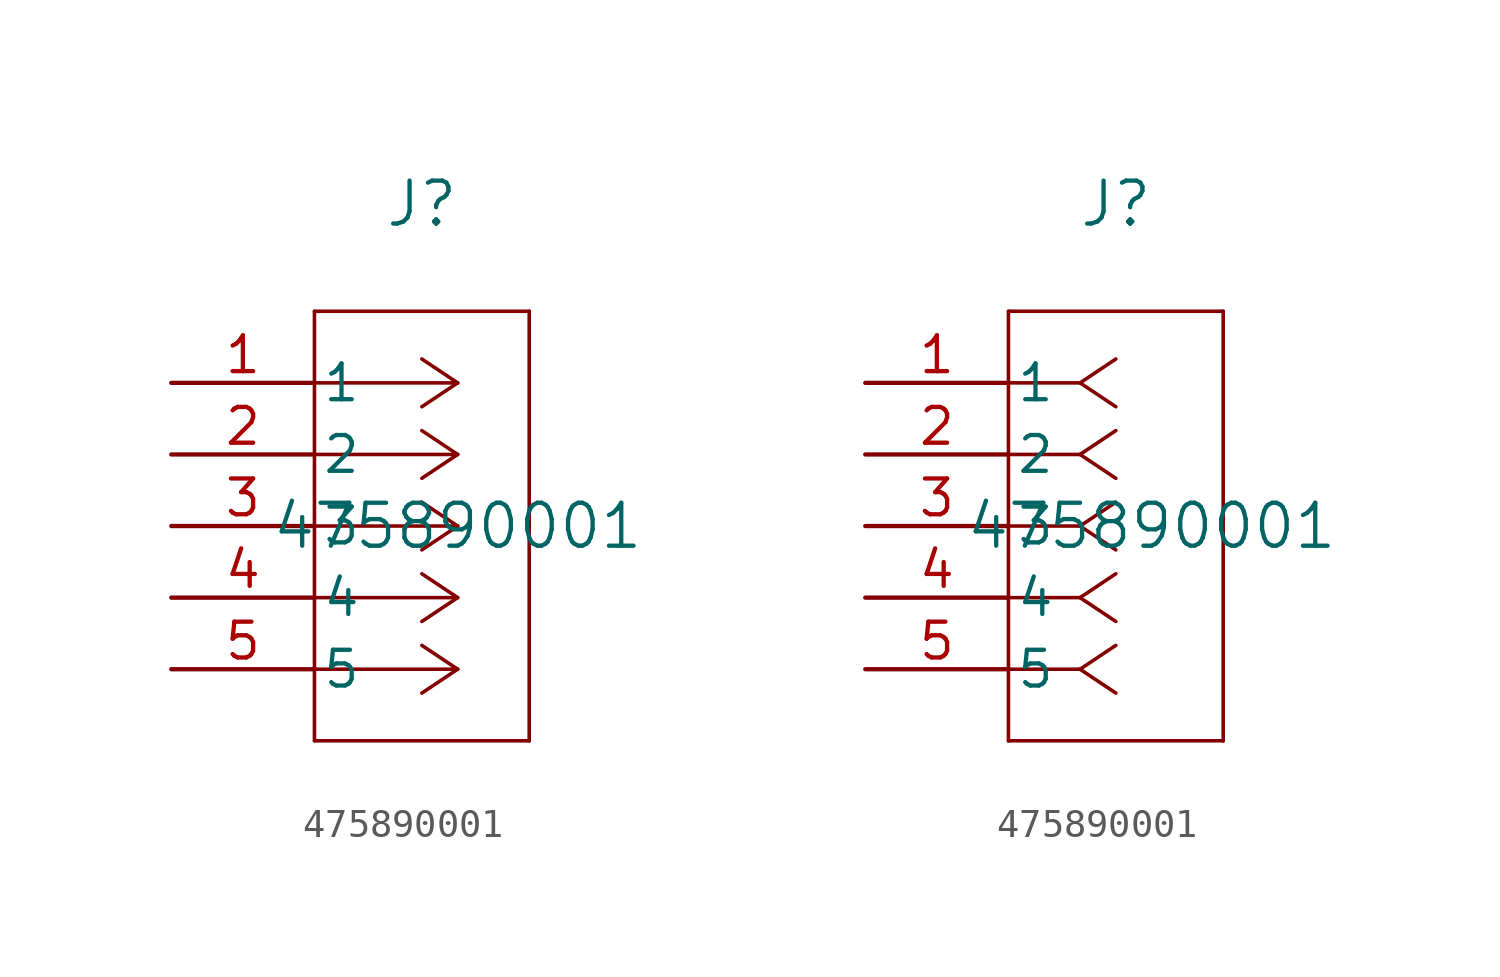
<source format=kicad_sym>
(kicad_symbol_lib
  (version 20211014)
  (generator kicad_symbol_editor)
  (symbol "475890001"
    (pin_names
      (offset 0.254))
    (property "Reference" "J"
      (at -1.27 11.43 0)
      (effects (font (size 1.524 1.524))))
    (property "Value" "475890001"
      (at 0 0 0)
      (effects (font (size 1.524 1.524))))
    (symbol "475890001_1_1"
      (polyline (pts (xy 0 5.08) (xy -5.08 5.08)) (stroke (width 0.127) (type default) (color 0 0 0 0)) (fill (type none)))
      (polyline (pts (xy 0 2.54) (xy -5.08 2.54)) (stroke (width 0.127) (type default) (color 0 0 0 0)) (fill (type none)))
      (polyline (pts (xy 0 0) (xy -5.08 0)) (stroke (width 0.127) (type default) (color 0 0 0 0)) (fill (type none)))
      (polyline (pts (xy 0 -2.54) (xy -5.08 -2.54)) (stroke (width 0.127) (type default) (color 0 0 0 0)) (fill (type none)))
      (polyline (pts (xy 0 -5.08) (xy -5.08 -5.08)) (stroke (width 0.127) (type default) (color 0 0 0 0)) (fill (type none)))
      (polyline (pts (xy 0 5.08) (xy -1.27 5.927)) (stroke (width 0.127) (type default) (color 0 0 0 0)) (fill (type none)))
      (polyline (pts (xy 0 2.54) (xy -1.27 3.387)) (stroke (width 0.127) (type default) (color 0 0 0 0)) (fill (type none)))
      (polyline (pts (xy 0 0) (xy -1.27 0.847)) (stroke (width 0.127) (type default) (color 0 0 0 0)) (fill (type none)))
      (polyline (pts (xy 0 -2.54) (xy -1.27 -1.693)) (stroke (width 0.127) (type default) (color 0 0 0 0)) (fill (type none)))
      (polyline (pts (xy 0 -5.08) (xy -1.27 -4.233)) (stroke (width 0.127) (type default) (color 0 0 0 0)) (fill (type none)))
      (polyline (pts (xy 0 5.08) (xy -1.27 4.233)) (stroke (width 0.127) (type default) (color 0 0 0 0)) (fill (type none)))
      (polyline (pts (xy 0 2.54) (xy -1.27 1.693)) (stroke (width 0.127) (type default) (color 0 0 0 0)) (fill (type none)))
      (polyline (pts (xy 0 0) (xy -1.27 -0.847)) (stroke (width 0.127) (type default) (color 0 0 0 0)) (fill (type none)))
      (polyline (pts (xy 0 -2.54) (xy -1.27 -3.387)) (stroke (width 0.127) (type default) (color 0 0 0 0)) (fill (type none)))
      (polyline (pts (xy 0 -5.08) (xy -1.27 -5.927)) (stroke (width 0.127) (type default) (color 0 0 0 0)) (fill (type none)))
      (polyline (pts (xy -5.08 7.62) (xy -5.08 -7.62)) (stroke (width 0.127) (type default) (color 0 0 0 0)) (fill (type none)))
      (polyline (pts (xy -5.08 -7.62) (xy 2.54 -7.62)) (stroke (width 0.127) (type default) (color 0 0 0 0)) (fill (type none)))
      (polyline (pts (xy 2.54 -7.62) (xy 2.54 7.62)) (stroke (width 0.127) (type default) (color 0 0 0 0)) (fill (type none)))
      (polyline (pts (xy 2.54 7.62) (xy -5.08 7.62)) (stroke (width 0.127) (type default) (color 0 0 0 0)) (fill (type none)))
      (pin unspecified line (at -10.16 5.08 0) (length 5.08) (name "1" (effects (font (size 1.27 1.27)))) (number "1" (effects (font (size 1.27 1.27)))))
      (pin unspecified line (at -10.16 2.54 0) (length 5.08) (name "2" (effects (font (size 1.27 1.27)))) (number "2" (effects (font (size 1.27 1.27)))))
      (pin unspecified line (at -10.16 0 0) (length 5.08) (name "3" (effects (font (size 1.27 1.27)))) (number "3" (effects (font (size 1.27 1.27)))))
      (pin unspecified line (at -10.16 -2.54 0) (length 5.08) (name "4" (effects (font (size 1.27 1.27)))) (number "4" (effects (font (size 1.27 1.27)))))
      (pin unspecified line (at -10.16 -5.08 0) (length 5.08) (name "5" (effects (font (size 1.27 1.27)))) (number "5" (effects (font (size 1.27 1.27))))))
    (symbol "475890001_1_2"
      (polyline (pts (xy -2.54 5.08) (xy -5.08 5.08)) (stroke (width 0.127) (type default) (color 0 0 0 0)) (fill (type none)))
      (polyline (pts (xy -2.54 2.54) (xy -5.08 2.54)) (stroke (width 0.127) (type default) (color 0 0 0 0)) (fill (type none)))
      (polyline (pts (xy -2.54 0) (xy -5.08 0)) (stroke (width 0.127) (type default) (color 0 0 0 0)) (fill (type none)))
      (polyline (pts (xy -2.54 -2.54) (xy -5.08 -2.54)) (stroke (width 0.127) (type default) (color 0 0 0 0)) (fill (type none)))
      (polyline (pts (xy -2.54 -5.08) (xy -5.08 -5.08)) (stroke (width 0.127) (type default) (color 0 0 0 0)) (fill (type none)))
      (polyline (pts (xy -2.54 5.08) (xy -1.27 5.927)) (stroke (width 0.127) (type default) (color 0 0 0 0)) (fill (type none)))
      (polyline (pts (xy -2.54 2.54) (xy -1.27 3.387)) (stroke (width 0.127) (type default) (color 0 0 0 0)) (fill (type none)))
      (polyline (pts (xy -2.54 0) (xy -1.27 0.847)) (stroke (width 0.127) (type default) (color 0 0 0 0)) (fill (type none)))
      (polyline (pts (xy -2.54 -2.54) (xy -1.27 -1.693)) (stroke (width 0.127) (type default) (color 0 0 0 0)) (fill (type none)))
      (polyline (pts (xy -2.54 -5.08) (xy -1.27 -4.233)) (stroke (width 0.127) (type default) (color 0 0 0 0)) (fill (type none)))
      (polyline (pts (xy -2.54 5.08) (xy -1.27 4.233)) (stroke (width 0.127) (type default) (color 0 0 0 0)) (fill (type none)))
      (polyline (pts (xy -2.54 2.54) (xy -1.27 1.693)) (stroke (width 0.127) (type default) (color 0 0 0 0)) (fill (type none)))
      (polyline (pts (xy -2.54 0) (xy -1.27 -0.847)) (stroke (width 0.127) (type default) (color 0 0 0 0)) (fill (type none)))
      (polyline (pts (xy -2.54 -2.54) (xy -1.27 -3.387)) (stroke (width 0.127) (type default) (color 0 0 0 0)) (fill (type none)))
      (polyline (pts (xy -2.54 -5.08) (xy -1.27 -5.927)) (stroke (width 0.127) (type default) (color 0 0 0 0)) (fill (type none)))
      (polyline (pts (xy -5.08 7.62) (xy -5.08 -7.62)) (stroke (width 0.127) (type default) (color 0 0 0 0)) (fill (type none)))
      (polyline (pts (xy -5.08 -7.62) (xy 2.54 -7.62)) (stroke (width 0.127) (type default) (color 0 0 0 0)) (fill (type none)))
      (polyline (pts (xy 2.54 -7.62) (xy 2.54 7.62)) (stroke (width 0.127) (type default) (color 0 0 0 0)) (fill (type none)))
      (polyline (pts (xy 2.54 7.62) (xy -5.08 7.62)) (stroke (width 0.127) (type default) (color 0 0 0 0)) (fill (type none)))
      (pin unspecified line (at -10.16 5.08 0) (length 5.08) (name "1" (effects (font (size 1.27 1.27)))) (number "1" (effects (font (size 1.27 1.27)))))
      (pin unspecified line (at -10.16 2.54 0) (length 5.08) (name "2" (effects (font (size 1.27 1.27)))) (number "2" (effects (font (size 1.27 1.27)))))
      (pin unspecified line (at -10.16 0 0) (length 5.08) (name "3" (effects (font (size 1.27 1.27)))) (number "3" (effects (font (size 1.27 1.27)))))
      (pin unspecified line (at -10.16 -2.54 0) (length 5.08) (name "4" (effects (font (size 1.27 1.27)))) (number "4" (effects (font (size 1.27 1.27)))))
      (pin unspecified line (at -10.16 -5.08 0) (length 5.08) (name "5" (effects (font (size 1.27 1.27)))) (number "5" (effects (font (size 1.27 1.27))))))))
</source>
